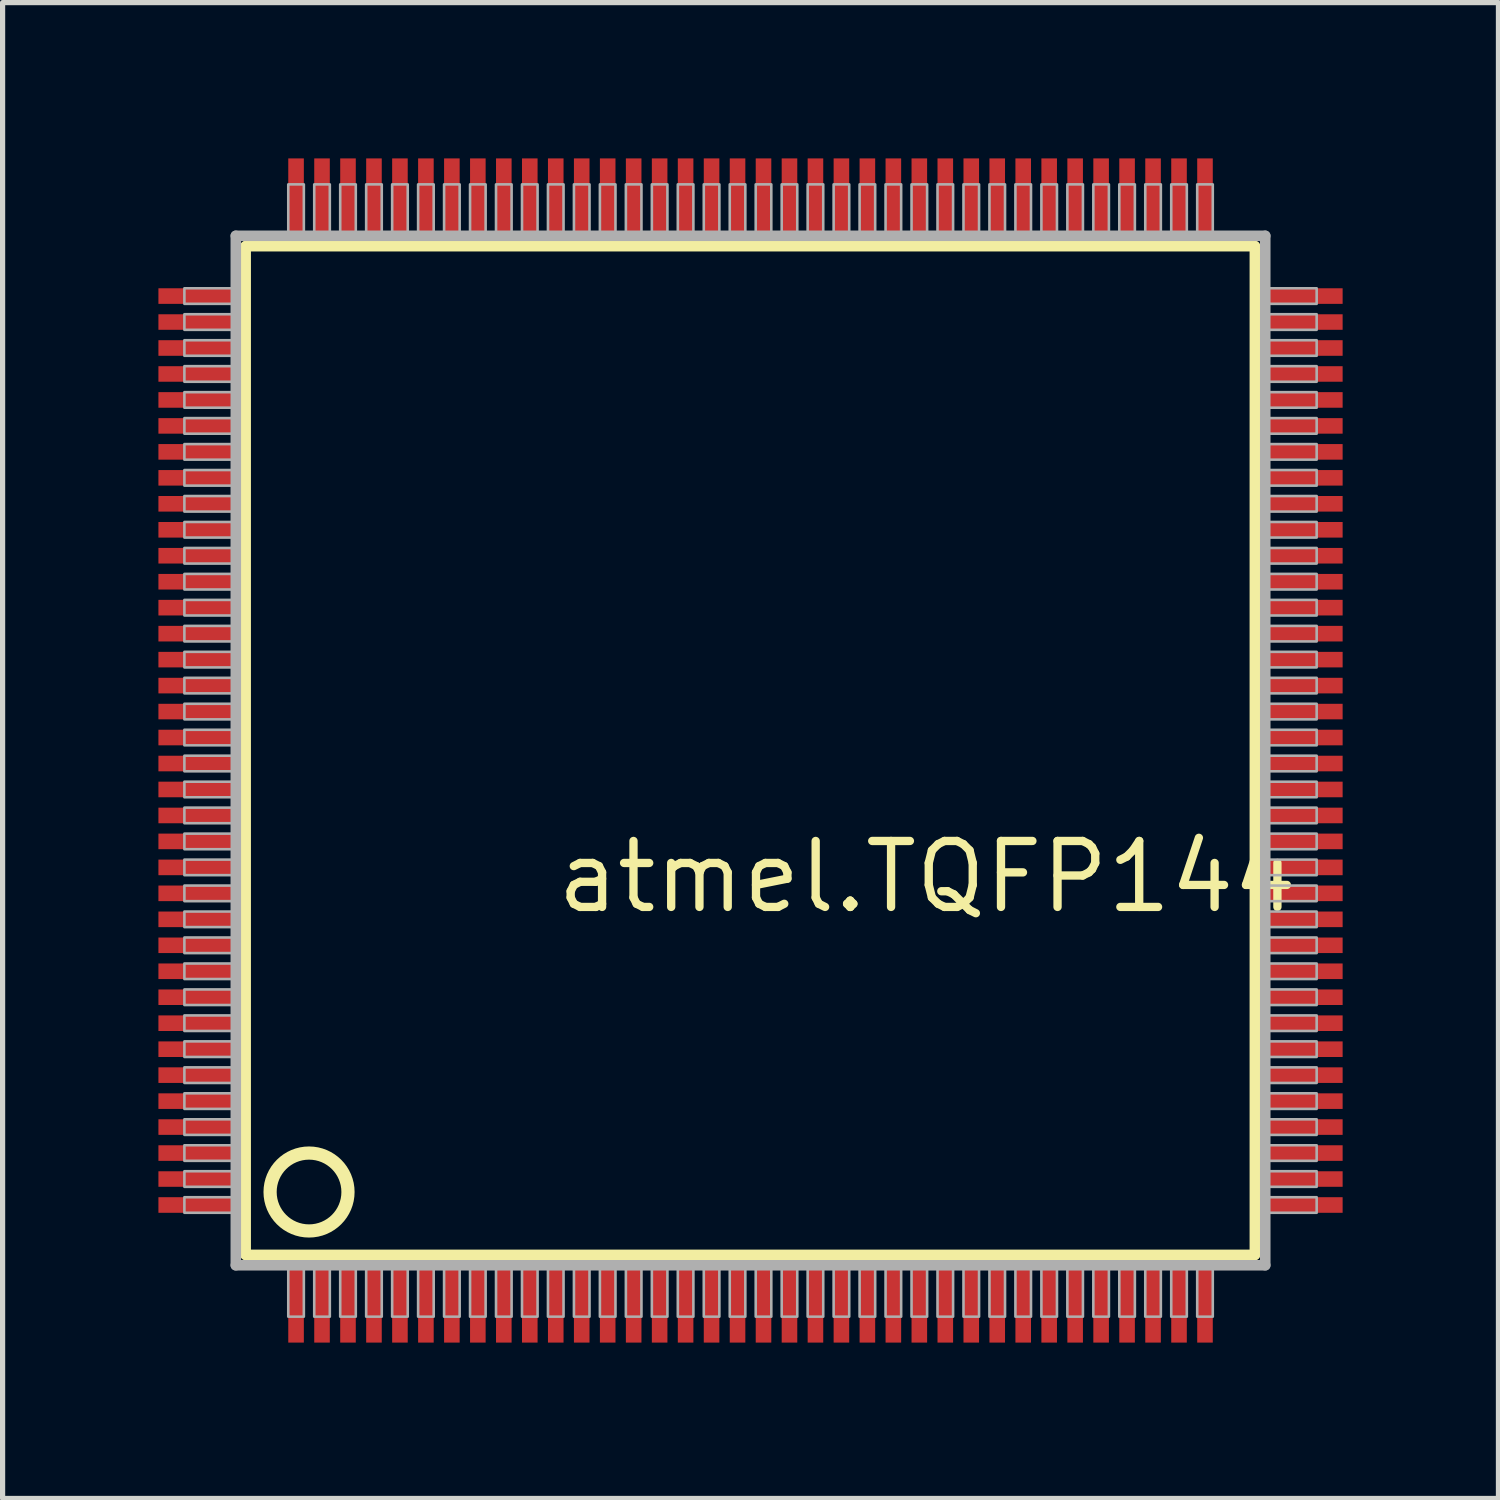
<source format=kicad_pcb>
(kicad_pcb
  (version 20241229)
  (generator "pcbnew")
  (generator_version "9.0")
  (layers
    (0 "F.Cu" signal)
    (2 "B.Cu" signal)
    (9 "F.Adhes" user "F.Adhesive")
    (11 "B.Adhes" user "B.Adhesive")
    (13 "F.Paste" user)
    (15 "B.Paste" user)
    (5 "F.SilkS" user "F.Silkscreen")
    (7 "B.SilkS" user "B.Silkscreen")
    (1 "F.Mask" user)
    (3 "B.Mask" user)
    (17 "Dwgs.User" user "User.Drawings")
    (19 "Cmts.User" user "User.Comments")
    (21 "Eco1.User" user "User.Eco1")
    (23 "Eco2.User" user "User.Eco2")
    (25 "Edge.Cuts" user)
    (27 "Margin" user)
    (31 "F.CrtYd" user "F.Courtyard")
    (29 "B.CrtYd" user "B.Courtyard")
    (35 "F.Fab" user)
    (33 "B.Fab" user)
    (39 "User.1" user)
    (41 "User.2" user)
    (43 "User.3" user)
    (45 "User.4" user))
  (footprint "atmel.TQFP144"
    (layer "F.Cu")
    (at 11.4 11.4)
    (property "Reference" "atmel.TQFP144" (at -3.81 3.175 0) (layer "F.SilkS") (effects (font (size 1.27 1.27) (thickness 0.16)) (justify left bottom)))
    (attr smd)
    (fp_line (start -9.72 -9.71) (end 9.71 -9.71) (stroke (width 0.203) (type default)) (layer "F.SilkS"))
    (fp_line (start -9.72 9.71) (end -9.72 -9.71) (stroke (width 0.203) (type default)) (layer "F.SilkS"))
    (fp_line (start 9.71 -9.71) (end 9.71 9.71) (stroke (width 0.203) (type default)) (layer "F.SilkS"))
    (fp_line (start 9.71 9.71) (end -9.72 9.71) (stroke (width 0.203) (type default)) (layer "F.SilkS"))
    (fp_circle (center -8.5 8.5) (end -7.75 8.5) (stroke (width 0.254) (type default)) (fill no) (layer "F.SilkS"))
    (fp_line (start -9.91 -9.91) (end -9.91 9.91) (stroke (width 0.203) (type default)) (layer "F.Fab"))
    (fp_line (start -9.91 9.91) (end 9.91 9.91) (stroke (width 0.203) (type default)) (layer "F.Fab"))
    (fp_line (start 9.91 -9.91) (end -9.91 -9.91) (stroke (width 0.203) (type default)) (layer "F.Fab"))
    (fp_line (start 9.91 9.91) (end 9.91 -9.91) (stroke (width 0.203) (type default)) (layer "F.Fab"))
    (fp_rect (start -10.9 -8.6) (end -9.95 -8.9) (stroke (width 0.05) (type default)) (fill no) (layer "F.Fab"))
    (fp_rect (start -10.9 -8.1) (end -9.95 -8.4) (stroke (width 0.05) (type default)) (fill no) (layer "F.Fab"))
    (fp_rect (start -10.9 -7.6) (end -9.95 -7.9) (stroke (width 0.05) (type default)) (fill no) (layer "F.Fab"))
    (fp_rect (start -10.9 -7.1) (end -9.95 -7.4) (stroke (width 0.05) (type default)) (fill no) (layer "F.Fab"))
    (fp_rect (start -10.9 -6.6) (end -9.95 -6.9) (stroke (width 0.05) (type default)) (fill no) (layer "F.Fab"))
    (fp_rect (start -10.9 -6.1) (end -9.95 -6.4) (stroke (width 0.05) (type default)) (fill no) (layer "F.Fab"))
    (fp_rect (start -10.9 -5.6) (end -9.95 -5.9) (stroke (width 0.05) (type default)) (fill no) (layer "F.Fab"))
    (fp_rect (start -10.9 -5.1) (end -9.95 -5.4) (stroke (width 0.05) (type default)) (fill no) (layer "F.Fab"))
    (fp_rect (start -10.9 -4.6) (end -9.95 -4.9) (stroke (width 0.05) (type default)) (fill no) (layer "F.Fab"))
    (fp_rect (start -10.9 -4.1) (end -9.95 -4.4) (stroke (width 0.05) (type default)) (fill no) (layer "F.Fab"))
    (fp_rect (start -10.9 -3.6) (end -9.95 -3.9) (stroke (width 0.05) (type default)) (fill no) (layer "F.Fab"))
    (fp_rect (start -10.9 -3.1) (end -9.95 -3.4) (stroke (width 0.05) (type default)) (fill no) (layer "F.Fab"))
    (fp_rect (start -10.9 -2.6) (end -9.95 -2.9) (stroke (width 0.05) (type default)) (fill no) (layer "F.Fab"))
    (fp_rect (start -10.9 -2.1) (end -9.95 -2.4) (stroke (width 0.05) (type default)) (fill no) (layer "F.Fab"))
    (fp_rect (start -10.9 -1.6) (end -9.95 -1.9) (stroke (width 0.05) (type default)) (fill no) (layer "F.Fab"))
    (fp_rect (start -10.9 -1.1) (end -9.95 -1.4) (stroke (width 0.05) (type default)) (fill no) (layer "F.Fab"))
    (fp_rect (start -10.9 -0.6) (end -9.95 -0.9) (stroke (width 0.05) (type default)) (fill no) (layer "F.Fab"))
    (fp_rect (start -10.9 -0.1) (end -9.95 -0.4) (stroke (width 0.05) (type default)) (fill no) (layer "F.Fab"))
    (fp_rect (start -10.9 0.4) (end -9.95 0.1) (stroke (width 0.05) (type default)) (fill no) (layer "F.Fab"))
    (fp_rect (start -10.9 0.9) (end -9.95 0.6) (stroke (width 0.05) (type default)) (fill no) (layer "F.Fab"))
    (fp_rect (start -10.9 1.4) (end -9.95 1.1) (stroke (width 0.05) (type default)) (fill no) (layer "F.Fab"))
    (fp_rect (start -10.9 1.9) (end -9.95 1.6) (stroke (width 0.05) (type default)) (fill no) (layer "F.Fab"))
    (fp_rect (start -10.9 2.4) (end -9.95 2.1) (stroke (width 0.05) (type default)) (fill no) (layer "F.Fab"))
    (fp_rect (start -10.9 2.9) (end -9.95 2.6) (stroke (width 0.05) (type default)) (fill no) (layer "F.Fab"))
    (fp_rect (start -10.9 3.4) (end -9.95 3.1) (stroke (width 0.05) (type default)) (fill no) (layer "F.Fab"))
    (fp_rect (start -10.9 3.9) (end -9.95 3.6) (stroke (width 0.05) (type default)) (fill no) (layer "F.Fab"))
    (fp_rect (start -10.9 4.4) (end -9.95 4.1) (stroke (width 0.05) (type default)) (fill no) (layer "F.Fab"))
    (fp_rect (start -10.9 4.9) (end -9.95 4.6) (stroke (width 0.05) (type default)) (fill no) (layer "F.Fab"))
    (fp_rect (start -10.9 5.4) (end -9.95 5.1) (stroke (width 0.05) (type default)) (fill no) (layer "F.Fab"))
    (fp_rect (start -10.9 5.9) (end -9.95 5.6) (stroke (width 0.05) (type default)) (fill no) (layer "F.Fab"))
    (fp_rect (start -10.9 6.4) (end -9.95 6.1) (stroke (width 0.05) (type default)) (fill no) (layer "F.Fab"))
    (fp_rect (start -10.9 6.9) (end -9.95 6.6) (stroke (width 0.05) (type default)) (fill no) (layer "F.Fab"))
    (fp_rect (start -10.9 7.4) (end -9.95 7.1) (stroke (width 0.05) (type default)) (fill no) (layer "F.Fab"))
    (fp_rect (start -10.9 7.9) (end -9.95 7.6) (stroke (width 0.05) (type default)) (fill no) (layer "F.Fab"))
    (fp_rect (start -10.9 8.4) (end -9.95 8.1) (stroke (width 0.05) (type default)) (fill no) (layer "F.Fab"))
    (fp_rect (start -10.9 8.9) (end -9.95 8.6) (stroke (width 0.05) (type default)) (fill no) (layer "F.Fab"))
    (fp_rect (start -8.9 -9.95) (end -8.6 -10.9) (stroke (width 0.05) (type default)) (fill no) (layer "F.Fab"))
    (fp_rect (start -8.9 10.9) (end -8.6 9.95) (stroke (width 0.05) (type default)) (fill no) (layer "F.Fab"))
    (fp_rect (start -8.4 -9.95) (end -8.1 -10.9) (stroke (width 0.05) (type default)) (fill no) (layer "F.Fab"))
    (fp_rect (start -8.4 10.9) (end -8.1 9.95) (stroke (width 0.05) (type default)) (fill no) (layer "F.Fab"))
    (fp_rect (start -7.9 -9.95) (end -7.6 -10.9) (stroke (width 0.05) (type default)) (fill no) (layer "F.Fab"))
    (fp_rect (start -7.9 10.9) (end -7.6 9.95) (stroke (width 0.05) (type default)) (fill no) (layer "F.Fab"))
    (fp_rect (start -7.4 -9.95) (end -7.1 -10.9) (stroke (width 0.05) (type default)) (fill no) (layer "F.Fab"))
    (fp_rect (start -7.4 10.9) (end -7.1 9.95) (stroke (width 0.05) (type default)) (fill no) (layer "F.Fab"))
    (fp_rect (start -6.9 -9.95) (end -6.6 -10.9) (stroke (width 0.05) (type default)) (fill no) (layer "F.Fab"))
    (fp_rect (start -6.9 10.9) (end -6.6 9.95) (stroke (width 0.05) (type default)) (fill no) (layer "F.Fab"))
    (fp_rect (start -6.4 -9.95) (end -6.1 -10.9) (stroke (width 0.05) (type default)) (fill no) (layer "F.Fab"))
    (fp_rect (start -6.4 10.9) (end -6.1 9.95) (stroke (width 0.05) (type default)) (fill no) (layer "F.Fab"))
    (fp_rect (start -5.9 -9.95) (end -5.6 -10.9) (stroke (width 0.05) (type default)) (fill no) (layer "F.Fab"))
    (fp_rect (start -5.9 10.9) (end -5.6 9.95) (stroke (width 0.05) (type default)) (fill no) (layer "F.Fab"))
    (fp_rect (start -5.4 -9.95) (end -5.1 -10.9) (stroke (width 0.05) (type default)) (fill no) (layer "F.Fab"))
    (fp_rect (start -5.4 10.9) (end -5.1 9.95) (stroke (width 0.05) (type default)) (fill no) (layer "F.Fab"))
    (fp_rect (start -4.9 -9.95) (end -4.6 -10.9) (stroke (width 0.05) (type default)) (fill no) (layer "F.Fab"))
    (fp_rect (start -4.9 10.9) (end -4.6 9.95) (stroke (width 0.05) (type default)) (fill no) (layer "F.Fab"))
    (fp_rect (start -4.4 -9.95) (end -4.1 -10.9) (stroke (width 0.05) (type default)) (fill no) (layer "F.Fab"))
    (fp_rect (start -4.4 10.9) (end -4.1 9.95) (stroke (width 0.05) (type default)) (fill no) (layer "F.Fab"))
    (fp_rect (start -3.9 -9.95) (end -3.6 -10.9) (stroke (width 0.05) (type default)) (fill no) (layer "F.Fab"))
    (fp_rect (start -3.9 10.9) (end -3.6 9.95) (stroke (width 0.05) (type default)) (fill no) (layer "F.Fab"))
    (fp_rect (start -3.4 -9.95) (end -3.1 -10.9) (stroke (width 0.05) (type default)) (fill no) (layer "F.Fab"))
    (fp_rect (start -3.4 10.9) (end -3.1 9.95) (stroke (width 0.05) (type default)) (fill no) (layer "F.Fab"))
    (fp_rect (start -2.9 -9.95) (end -2.6 -10.9) (stroke (width 0.05) (type default)) (fill no) (layer "F.Fab"))
    (fp_rect (start -2.9 10.9) (end -2.6 9.95) (stroke (width 0.05) (type default)) (fill no) (layer "F.Fab"))
    (fp_rect (start -2.4 -9.95) (end -2.1 -10.9) (stroke (width 0.05) (type default)) (fill no) (layer "F.Fab"))
    (fp_rect (start -2.4 10.9) (end -2.1 9.95) (stroke (width 0.05) (type default)) (fill no) (layer "F.Fab"))
    (fp_rect (start -1.9 -9.95) (end -1.6 -10.9) (stroke (width 0.05) (type default)) (fill no) (layer "F.Fab"))
    (fp_rect (start -1.9 10.9) (end -1.6 9.95) (stroke (width 0.05) (type default)) (fill no) (layer "F.Fab"))
    (fp_rect (start -1.4 -9.95) (end -1.1 -10.9) (stroke (width 0.05) (type default)) (fill no) (layer "F.Fab"))
    (fp_rect (start -1.4 10.9) (end -1.1 9.95) (stroke (width 0.05) (type default)) (fill no) (layer "F.Fab"))
    (fp_rect (start -0.9 -9.95) (end -0.6 -10.9) (stroke (width 0.05) (type default)) (fill no) (layer "F.Fab"))
    (fp_rect (start -0.9 10.9) (end -0.6 9.95) (stroke (width 0.05) (type default)) (fill no) (layer "F.Fab"))
    (fp_rect (start -0.4 -9.95) (end -0.1 -10.9) (stroke (width 0.05) (type default)) (fill no) (layer "F.Fab"))
    (fp_rect (start -0.4 10.9) (end -0.1 9.95) (stroke (width 0.05) (type default)) (fill no) (layer "F.Fab"))
    (fp_rect (start 0.1 -9.95) (end 0.4 -10.9) (stroke (width 0.05) (type default)) (fill no) (layer "F.Fab"))
    (fp_rect (start 0.1 10.9) (end 0.4 9.95) (stroke (width 0.05) (type default)) (fill no) (layer "F.Fab"))
    (fp_rect (start 0.6 -9.95) (end 0.9 -10.9) (stroke (width 0.05) (type default)) (fill no) (layer "F.Fab"))
    (fp_rect (start 0.6 10.9) (end 0.9 9.95) (stroke (width 0.05) (type default)) (fill no) (layer "F.Fab"))
    (fp_rect (start 1.1 -9.95) (end 1.4 -10.9) (stroke (width 0.05) (type default)) (fill no) (layer "F.Fab"))
    (fp_rect (start 1.1 10.9) (end 1.4 9.95) (stroke (width 0.05) (type default)) (fill no) (layer "F.Fab"))
    (fp_rect (start 1.6 -9.95) (end 1.9 -10.9) (stroke (width 0.05) (type default)) (fill no) (layer "F.Fab"))
    (fp_rect (start 1.6 10.9) (end 1.9 9.95) (stroke (width 0.05) (type default)) (fill no) (layer "F.Fab"))
    (fp_rect (start 2.1 -9.95) (end 2.4 -10.9) (stroke (width 0.05) (type default)) (fill no) (layer "F.Fab"))
    (fp_rect (start 2.1 10.9) (end 2.4 9.95) (stroke (width 0.05) (type default)) (fill no) (layer "F.Fab"))
    (fp_rect (start 2.6 -9.95) (end 2.9 -10.9) (stroke (width 0.05) (type default)) (fill no) (layer "F.Fab"))
    (fp_rect (start 2.6 10.9) (end 2.9 9.95) (stroke (width 0.05) (type default)) (fill no) (layer "F.Fab"))
    (fp_rect (start 3.1 -9.95) (end 3.4 -10.9) (stroke (width 0.05) (type default)) (fill no) (layer "F.Fab"))
    (fp_rect (start 3.1 10.9) (end 3.4 9.95) (stroke (width 0.05) (type default)) (fill no) (layer "F.Fab"))
    (fp_rect (start 3.6 -9.95) (end 3.9 -10.9) (stroke (width 0.05) (type default)) (fill no) (layer "F.Fab"))
    (fp_rect (start 3.6 10.9) (end 3.9 9.95) (stroke (width 0.05) (type default)) (fill no) (layer "F.Fab"))
    (fp_rect (start 4.1 -9.95) (end 4.4 -10.9) (stroke (width 0.05) (type default)) (fill no) (layer "F.Fab"))
    (fp_rect (start 4.1 10.9) (end 4.4 9.95) (stroke (width 0.05) (type default)) (fill no) (layer "F.Fab"))
    (fp_rect (start 4.6 -9.95) (end 4.9 -10.9) (stroke (width 0.05) (type default)) (fill no) (layer "F.Fab"))
    (fp_rect (start 4.6 10.9) (end 4.9 9.95) (stroke (width 0.05) (type default)) (fill no) (layer "F.Fab"))
    (fp_rect (start 5.1 -9.95) (end 5.4 -10.9) (stroke (width 0.05) (type default)) (fill no) (layer "F.Fab"))
    (fp_rect (start 5.1 10.9) (end 5.4 9.95) (stroke (width 0.05) (type default)) (fill no) (layer "F.Fab"))
    (fp_rect (start 5.6 -9.95) (end 5.9 -10.9) (stroke (width 0.05) (type default)) (fill no) (layer "F.Fab"))
    (fp_rect (start 5.6 10.9) (end 5.9 9.95) (stroke (width 0.05) (type default)) (fill no) (layer "F.Fab"))
    (fp_rect (start 6.1 -9.95) (end 6.4 -10.9) (stroke (width 0.05) (type default)) (fill no) (layer "F.Fab"))
    (fp_rect (start 6.1 10.9) (end 6.4 9.95) (stroke (width 0.05) (type default)) (fill no) (layer "F.Fab"))
    (fp_rect (start 6.6 -9.95) (end 6.9 -10.9) (stroke (width 0.05) (type default)) (fill no) (layer "F.Fab"))
    (fp_rect (start 6.6 10.9) (end 6.9 9.95) (stroke (width 0.05) (type default)) (fill no) (layer "F.Fab"))
    (fp_rect (start 7.1 -9.95) (end 7.4 -10.9) (stroke (width 0.05) (type default)) (fill no) (layer "F.Fab"))
    (fp_rect (start 7.1 10.9) (end 7.4 9.95) (stroke (width 0.05) (type default)) (fill no) (layer "F.Fab"))
    (fp_rect (start 7.6 -9.95) (end 7.9 -10.9) (stroke (width 0.05) (type default)) (fill no) (layer "F.Fab"))
    (fp_rect (start 7.6 10.9) (end 7.9 9.95) (stroke (width 0.05) (type default)) (fill no) (layer "F.Fab"))
    (fp_rect (start 8.1 -9.95) (end 8.4 -10.9) (stroke (width 0.05) (type default)) (fill no) (layer "F.Fab"))
    (fp_rect (start 8.1 10.9) (end 8.4 9.95) (stroke (width 0.05) (type default)) (fill no) (layer "F.Fab"))
    (fp_rect (start 8.6 -9.95) (end 8.9 -10.9) (stroke (width 0.05) (type default)) (fill no) (layer "F.Fab"))
    (fp_rect (start 8.6 10.9) (end 8.9 9.95) (stroke (width 0.05) (type default)) (fill no) (layer "F.Fab"))
    (fp_rect (start 9.95 -8.6) (end 10.9 -8.9) (stroke (width 0.05) (type default)) (fill no) (layer "F.Fab"))
    (fp_rect (start 9.95 -8.1) (end 10.9 -8.4) (stroke (width 0.05) (type default)) (fill no) (layer "F.Fab"))
    (fp_rect (start 9.95 -7.6) (end 10.9 -7.9) (stroke (width 0.05) (type default)) (fill no) (layer "F.Fab"))
    (fp_rect (start 9.95 -7.1) (end 10.9 -7.4) (stroke (width 0.05) (type default)) (fill no) (layer "F.Fab"))
    (fp_rect (start 9.95 -6.6) (end 10.9 -6.9) (stroke (width 0.05) (type default)) (fill no) (layer "F.Fab"))
    (fp_rect (start 9.95 -6.1) (end 10.9 -6.4) (stroke (width 0.05) (type default)) (fill no) (layer "F.Fab"))
    (fp_rect (start 9.95 -5.6) (end 10.9 -5.9) (stroke (width 0.05) (type default)) (fill no) (layer "F.Fab"))
    (fp_rect (start 9.95 -5.1) (end 10.9 -5.4) (stroke (width 0.05) (type default)) (fill no) (layer "F.Fab"))
    (fp_rect (start 9.95 -4.6) (end 10.9 -4.9) (stroke (width 0.05) (type default)) (fill no) (layer "F.Fab"))
    (fp_rect (start 9.95 -4.1) (end 10.9 -4.4) (stroke (width 0.05) (type default)) (fill no) (layer "F.Fab"))
    (fp_rect (start 9.95 -3.6) (end 10.9 -3.9) (stroke (width 0.05) (type default)) (fill no) (layer "F.Fab"))
    (fp_rect (start 9.95 -3.1) (end 10.9 -3.4) (stroke (width 0.05) (type default)) (fill no) (layer "F.Fab"))
    (fp_rect (start 9.95 -2.6) (end 10.9 -2.9) (stroke (width 0.05) (type default)) (fill no) (layer "F.Fab"))
    (fp_rect (start 9.95 -2.1) (end 10.9 -2.4) (stroke (width 0.05) (type default)) (fill no) (layer "F.Fab"))
    (fp_rect (start 9.95 -1.6) (end 10.9 -1.9) (stroke (width 0.05) (type default)) (fill no) (layer "F.Fab"))
    (fp_rect (start 9.95 -1.1) (end 10.9 -1.4) (stroke (width 0.05) (type default)) (fill no) (layer "F.Fab"))
    (fp_rect (start 9.95 -0.6) (end 10.9 -0.9) (stroke (width 0.05) (type default)) (fill no) (layer "F.Fab"))
    (fp_rect (start 9.95 -0.1) (end 10.9 -0.4) (stroke (width 0.05) (type default)) (fill no) (layer "F.Fab"))
    (fp_rect (start 9.95 0.4) (end 10.9 0.1) (stroke (width 0.05) (type default)) (fill no) (layer "F.Fab"))
    (fp_rect (start 9.95 0.9) (end 10.9 0.6) (stroke (width 0.05) (type default)) (fill no) (layer "F.Fab"))
    (fp_rect (start 9.95 1.4) (end 10.9 1.1) (stroke (width 0.05) (type default)) (fill no) (layer "F.Fab"))
    (fp_rect (start 9.95 1.9) (end 10.9 1.6) (stroke (width 0.05) (type default)) (fill no) (layer "F.Fab"))
    (fp_rect (start 9.95 2.4) (end 10.9 2.1) (stroke (width 0.05) (type default)) (fill no) (layer "F.Fab"))
    (fp_rect (start 9.95 2.9) (end 10.9 2.6) (stroke (width 0.05) (type default)) (fill no) (layer "F.Fab"))
    (fp_rect (start 9.95 3.4) (end 10.9 3.1) (stroke (width 0.05) (type default)) (fill no) (layer "F.Fab"))
    (fp_rect (start 9.95 3.9) (end 10.9 3.6) (stroke (width 0.05) (type default)) (fill no) (layer "F.Fab"))
    (fp_rect (start 9.95 4.4) (end 10.9 4.1) (stroke (width 0.05) (type default)) (fill no) (layer "F.Fab"))
    (fp_rect (start 9.95 4.9) (end 10.9 4.6) (stroke (width 0.05) (type default)) (fill no) (layer "F.Fab"))
    (fp_rect (start 9.95 5.4) (end 10.9 5.1) (stroke (width 0.05) (type default)) (fill no) (layer "F.Fab"))
    (fp_rect (start 9.95 5.9) (end 10.9 5.6) (stroke (width 0.05) (type default)) (fill no) (layer "F.Fab"))
    (fp_rect (start 9.95 6.4) (end 10.9 6.1) (stroke (width 0.05) (type default)) (fill no) (layer "F.Fab"))
    (fp_rect (start 9.95 6.9) (end 10.9 6.6) (stroke (width 0.05) (type default)) (fill no) (layer "F.Fab"))
    (fp_rect (start 9.95 7.4) (end 10.9 7.1) (stroke (width 0.05) (type default)) (fill no) (layer "F.Fab"))
    (fp_rect (start 9.95 7.9) (end 10.9 7.6) (stroke (width 0.05) (type default)) (fill no) (layer "F.Fab"))
    (fp_rect (start 9.95 8.4) (end 10.9 8.1) (stroke (width 0.05) (type default)) (fill no) (layer "F.Fab"))
    (fp_rect (start 9.95 8.9) (end 10.9 8.6) (stroke (width 0.05) (type default)) (fill no) (layer "F.Fab"))
    (pad "1" smd roundrect (at -8.75 10.6) (size 0.3 1.6) (layers "F.Cu" "F.Mask" "F.Paste") (roundrect_rratio 0.01))
    (pad "2" smd roundrect (at -8.25 10.6) (size 0.3 1.6) (layers "F.Cu" "F.Mask" "F.Paste") (roundrect_rratio 0.01))
    (pad "3" smd roundrect (at -7.75 10.6) (size 0.3 1.6) (layers "F.Cu" "F.Mask" "F.Paste") (roundrect_rratio 0.01))
    (pad "4" smd roundrect (at -7.25 10.6) (size 0.3 1.6) (layers "F.Cu" "F.Mask" "F.Paste") (roundrect_rratio 0.01))
    (pad "5" smd roundrect (at -6.75 10.6) (size 0.3 1.6) (layers "F.Cu" "F.Mask" "F.Paste") (roundrect_rratio 0.01))
    (pad "6" smd roundrect (at -6.25 10.6) (size 0.3 1.6) (layers "F.Cu" "F.Mask" "F.Paste") (roundrect_rratio 0.01))
    (pad "7" smd roundrect (at -5.75 10.6) (size 0.3 1.6) (layers "F.Cu" "F.Mask" "F.Paste") (roundrect_rratio 0.01))
    (pad "8" smd roundrect (at -5.25 10.6) (size 0.3 1.6) (layers "F.Cu" "F.Mask" "F.Paste") (roundrect_rratio 0.01))
    (pad "9" smd roundrect (at -4.75 10.6) (size 0.3 1.6) (layers "F.Cu" "F.Mask" "F.Paste") (roundrect_rratio 0.01))
    (pad "10" smd roundrect (at -4.25 10.6) (size 0.3 1.6) (layers "F.Cu" "F.Mask" "F.Paste") (roundrect_rratio 0.01))
    (pad "11" smd roundrect (at -3.75 10.6) (size 0.3 1.6) (layers "F.Cu" "F.Mask" "F.Paste") (roundrect_rratio 0.01))
    (pad "12" smd roundrect (at -3.25 10.6) (size 0.3 1.6) (layers "F.Cu" "F.Mask" "F.Paste") (roundrect_rratio 0.01))
    (pad "13" smd roundrect (at -2.75 10.6) (size 0.3 1.6) (layers "F.Cu" "F.Mask" "F.Paste") (roundrect_rratio 0.01))
    (pad "14" smd roundrect (at -2.25 10.6) (size 0.3 1.6) (layers "F.Cu" "F.Mask" "F.Paste") (roundrect_rratio 0.01))
    (pad "15" smd roundrect (at -1.75 10.6) (size 0.3 1.6) (layers "F.Cu" "F.Mask" "F.Paste") (roundrect_rratio 0.01))
    (pad "16" smd roundrect (at -1.25 10.6) (size 0.3 1.6) (layers "F.Cu" "F.Mask" "F.Paste") (roundrect_rratio 0.01))
    (pad "17" smd roundrect (at -0.75 10.6) (size 0.3 1.6) (layers "F.Cu" "F.Mask" "F.Paste") (roundrect_rratio 0.01))
    (pad "18" smd roundrect (at -0.25 10.6) (size 0.3 1.6) (layers "F.Cu" "F.Mask" "F.Paste") (roundrect_rratio 0.01))
    (pad "19" smd roundrect (at 0.25 10.6) (size 0.3 1.6) (layers "F.Cu" "F.Mask" "F.Paste") (roundrect_rratio 0.01))
    (pad "20" smd roundrect (at 0.75 10.6) (size 0.3 1.6) (layers "F.Cu" "F.Mask" "F.Paste") (roundrect_rratio 0.01))
    (pad "21" smd roundrect (at 1.25 10.6) (size 0.3 1.6) (layers "F.Cu" "F.Mask" "F.Paste") (roundrect_rratio 0.01))
    (pad "22" smd roundrect (at 1.75 10.6) (size 0.3 1.6) (layers "F.Cu" "F.Mask" "F.Paste") (roundrect_rratio 0.01))
    (pad "23" smd roundrect (at 2.25 10.6) (size 0.3 1.6) (layers "F.Cu" "F.Mask" "F.Paste") (roundrect_rratio 0.01))
    (pad "24" smd roundrect (at 2.75 10.6) (size 0.3 1.6) (layers "F.Cu" "F.Mask" "F.Paste") (roundrect_rratio 0.01))
    (pad "25" smd roundrect (at 3.25 10.6) (size 0.3 1.6) (layers "F.Cu" "F.Mask" "F.Paste") (roundrect_rratio 0.01))
    (pad "26" smd roundrect (at 3.75 10.6) (size 0.3 1.6) (layers "F.Cu" "F.Mask" "F.Paste") (roundrect_rratio 0.01))
    (pad "27" smd roundrect (at 4.25 10.6) (size 0.3 1.6) (layers "F.Cu" "F.Mask" "F.Paste") (roundrect_rratio 0.01))
    (pad "28" smd roundrect (at 4.75 10.6) (size 0.3 1.6) (layers "F.Cu" "F.Mask" "F.Paste") (roundrect_rratio 0.01))
    (pad "29" smd roundrect (at 5.25 10.6) (size 0.3 1.6) (layers "F.Cu" "F.Mask" "F.Paste") (roundrect_rratio 0.01))
    (pad "30" smd roundrect (at 5.75 10.6) (size 0.3 1.6) (layers "F.Cu" "F.Mask" "F.Paste") (roundrect_rratio 0.01))
    (pad "31" smd roundrect (at 6.25 10.6) (size 0.3 1.6) (layers "F.Cu" "F.Mask" "F.Paste") (roundrect_rratio 0.01))
    (pad "32" smd roundrect (at 6.75 10.6) (size 0.3 1.6) (layers "F.Cu" "F.Mask" "F.Paste") (roundrect_rratio 0.01))
    (pad "33" smd roundrect (at 7.25 10.6) (size 0.3 1.6) (layers "F.Cu" "F.Mask" "F.Paste") (roundrect_rratio 0.01))
    (pad "34" smd roundrect (at 7.75 10.6) (size 0.3 1.6) (layers "F.Cu" "F.Mask" "F.Paste") (roundrect_rratio 0.01))
    (pad "35" smd roundrect (at 8.25 10.6) (size 0.3 1.6) (layers "F.Cu" "F.Mask" "F.Paste") (roundrect_rratio 0.01))
    (pad "36" smd roundrect (at 8.75 10.6) (size 0.3 1.6) (layers "F.Cu" "F.Mask" "F.Paste") (roundrect_rratio 0.01))
    (pad "37" smd roundrect (at 10.6 8.75) (size 1.6 0.3) (layers "F.Cu" "F.Mask" "F.Paste") (roundrect_rratio 0.01))
    (pad "38" smd roundrect (at 10.6 8.25) (size 1.6 0.3) (layers "F.Cu" "F.Mask" "F.Paste") (roundrect_rratio 0.01))
    (pad "39" smd roundrect (at 10.6 7.75) (size 1.6 0.3) (layers "F.Cu" "F.Mask" "F.Paste") (roundrect_rratio 0.01))
    (pad "40" smd roundrect (at 10.6 7.25) (size 1.6 0.3) (layers "F.Cu" "F.Mask" "F.Paste") (roundrect_rratio 0.01))
    (pad "41" smd roundrect (at 10.6 6.75) (size 1.6 0.3) (layers "F.Cu" "F.Mask" "F.Paste") (roundrect_rratio 0.01))
    (pad "42" smd roundrect (at 10.6 6.25) (size 1.6 0.3) (layers "F.Cu" "F.Mask" "F.Paste") (roundrect_rratio 0.01))
    (pad "43" smd roundrect (at 10.6 5.75) (size 1.6 0.3) (layers "F.Cu" "F.Mask" "F.Paste") (roundrect_rratio 0.01))
    (pad "44" smd roundrect (at 10.6 5.25) (size 1.6 0.3) (layers "F.Cu" "F.Mask" "F.Paste") (roundrect_rratio 0.01))
    (pad "45" smd roundrect (at 10.6 4.75) (size 1.6 0.3) (layers "F.Cu" "F.Mask" "F.Paste") (roundrect_rratio 0.01))
    (pad "46" smd roundrect (at 10.6 4.25) (size 1.6 0.3) (layers "F.Cu" "F.Mask" "F.Paste") (roundrect_rratio 0.01))
    (pad "47" smd roundrect (at 10.6 3.75) (size 1.6 0.3) (layers "F.Cu" "F.Mask" "F.Paste") (roundrect_rratio 0.01))
    (pad "48" smd roundrect (at 10.6 3.25) (size 1.6 0.3) (layers "F.Cu" "F.Mask" "F.Paste") (roundrect_rratio 0.01))
    (pad "49" smd roundrect (at 10.6 2.75) (size 1.6 0.3) (layers "F.Cu" "F.Mask" "F.Paste") (roundrect_rratio 0.01))
    (pad "50" smd roundrect (at 10.6 2.25) (size 1.6 0.3) (layers "F.Cu" "F.Mask" "F.Paste") (roundrect_rratio 0.01))
    (pad "51" smd roundrect (at 10.6 1.75) (size 1.6 0.3) (layers "F.Cu" "F.Mask" "F.Paste") (roundrect_rratio 0.01))
    (pad "52" smd roundrect (at 10.6 1.25) (size 1.6 0.3) (layers "F.Cu" "F.Mask" "F.Paste") (roundrect_rratio 0.01))
    (pad "53" smd roundrect (at 10.6 0.75) (size 1.6 0.3) (layers "F.Cu" "F.Mask" "F.Paste") (roundrect_rratio 0.01))
    (pad "54" smd roundrect (at 10.6 0.25) (size 1.6 0.3) (layers "F.Cu" "F.Mask" "F.Paste") (roundrect_rratio 0.01))
    (pad "55" smd roundrect (at 10.6 -0.25) (size 1.6 0.3) (layers "F.Cu" "F.Mask" "F.Paste") (roundrect_rratio 0.01))
    (pad "56" smd roundrect (at 10.6 -0.75) (size 1.6 0.3) (layers "F.Cu" "F.Mask" "F.Paste") (roundrect_rratio 0.01))
    (pad "57" smd roundrect (at 10.6 -1.25) (size 1.6 0.3) (layers "F.Cu" "F.Mask" "F.Paste") (roundrect_rratio 0.01))
    (pad "58" smd roundrect (at 10.6 -1.75) (size 1.6 0.3) (layers "F.Cu" "F.Mask" "F.Paste") (roundrect_rratio 0.01))
    (pad "59" smd roundrect (at 10.6 -2.25) (size 1.6 0.3) (layers "F.Cu" "F.Mask" "F.Paste") (roundrect_rratio 0.01))
    (pad "60" smd roundrect (at 10.6 -2.75) (size 1.6 0.3) (layers "F.Cu" "F.Mask" "F.Paste") (roundrect_rratio 0.01))
    (pad "61" smd roundrect (at 10.6 -3.25) (size 1.6 0.3) (layers "F.Cu" "F.Mask" "F.Paste") (roundrect_rratio 0.01))
    (pad "62" smd roundrect (at 10.6 -3.75) (size 1.6 0.3) (layers "F.Cu" "F.Mask" "F.Paste") (roundrect_rratio 0.01))
    (pad "63" smd roundrect (at 10.6 -4.25) (size 1.6 0.3) (layers "F.Cu" "F.Mask" "F.Paste") (roundrect_rratio 0.01))
    (pad "64" smd roundrect (at 10.6 -4.75) (size 1.6 0.3) (layers "F.Cu" "F.Mask" "F.Paste") (roundrect_rratio 0.01))
    (pad "65" smd roundrect (at 10.6 -5.25) (size 1.6 0.3) (layers "F.Cu" "F.Mask" "F.Paste") (roundrect_rratio 0.01))
    (pad "66" smd roundrect (at 10.6 -5.75) (size 1.6 0.3) (layers "F.Cu" "F.Mask" "F.Paste") (roundrect_rratio 0.01))
    (pad "67" smd roundrect (at 10.6 -6.25) (size 1.6 0.3) (layers "F.Cu" "F.Mask" "F.Paste") (roundrect_rratio 0.01))
    (pad "68" smd roundrect (at 10.6 -6.75) (size 1.6 0.3) (layers "F.Cu" "F.Mask" "F.Paste") (roundrect_rratio 0.01))
    (pad "69" smd roundrect (at 10.6 -7.25) (size 1.6 0.3) (layers "F.Cu" "F.Mask" "F.Paste") (roundrect_rratio 0.01))
    (pad "70" smd roundrect (at 10.6 -7.75) (size 1.6 0.3) (layers "F.Cu" "F.Mask" "F.Paste") (roundrect_rratio 0.01))
    (pad "71" smd roundrect (at 10.6 -8.25) (size 1.6 0.3) (layers "F.Cu" "F.Mask" "F.Paste") (roundrect_rratio 0.01))
    (pad "72" smd roundrect (at 10.6 -8.75) (size 1.6 0.3) (layers "F.Cu" "F.Mask" "F.Paste") (roundrect_rratio 0.01))
    (pad "73" smd roundrect (at 8.75 -10.6) (size 0.3 1.6) (layers "F.Cu" "F.Mask" "F.Paste") (roundrect_rratio 0.01))
    (pad "74" smd roundrect (at 8.25 -10.6) (size 0.3 1.6) (layers "F.Cu" "F.Mask" "F.Paste") (roundrect_rratio 0.01))
    (pad "75" smd roundrect (at 7.75 -10.6) (size 0.3 1.6) (layers "F.Cu" "F.Mask" "F.Paste") (roundrect_rratio 0.01))
    (pad "76" smd roundrect (at 7.25 -10.6) (size 0.3 1.6) (layers "F.Cu" "F.Mask" "F.Paste") (roundrect_rratio 0.01))
    (pad "77" smd roundrect (at 6.75 -10.6) (size 0.3 1.6) (layers "F.Cu" "F.Mask" "F.Paste") (roundrect_rratio 0.01))
    (pad "78" smd roundrect (at 6.25 -10.6) (size 0.3 1.6) (layers "F.Cu" "F.Mask" "F.Paste") (roundrect_rratio 0.01))
    (pad "79" smd roundrect (at 5.75 -10.6) (size 0.3 1.6) (layers "F.Cu" "F.Mask" "F.Paste") (roundrect_rratio 0.01))
    (pad "80" smd roundrect (at 5.25 -10.6) (size 0.3 1.6) (layers "F.Cu" "F.Mask" "F.Paste") (roundrect_rratio 0.01))
    (pad "81" smd roundrect (at 4.75 -10.6) (size 0.3 1.6) (layers "F.Cu" "F.Mask" "F.Paste") (roundrect_rratio 0.01))
    (pad "82" smd roundrect (at 4.25 -10.6) (size 0.3 1.6) (layers "F.Cu" "F.Mask" "F.Paste") (roundrect_rratio 0.01))
    (pad "83" smd roundrect (at 3.75 -10.6) (size 0.3 1.6) (layers "F.Cu" "F.Mask" "F.Paste") (roundrect_rratio 0.01))
    (pad "84" smd roundrect (at 3.25 -10.6) (size 0.3 1.6) (layers "F.Cu" "F.Mask" "F.Paste") (roundrect_rratio 0.01))
    (pad "85" smd roundrect (at 2.75 -10.6) (size 0.3 1.6) (layers "F.Cu" "F.Mask" "F.Paste") (roundrect_rratio 0.01))
    (pad "86" smd roundrect (at 2.25 -10.6) (size 0.3 1.6) (layers "F.Cu" "F.Mask" "F.Paste") (roundrect_rratio 0.01))
    (pad "87" smd roundrect (at 1.75 -10.6) (size 0.3 1.6) (layers "F.Cu" "F.Mask" "F.Paste") (roundrect_rratio 0.01))
    (pad "88" smd roundrect (at 1.25 -10.6) (size 0.3 1.6) (layers "F.Cu" "F.Mask" "F.Paste") (roundrect_rratio 0.01))
    (pad "89" smd roundrect (at 0.75 -10.6) (size 0.3 1.6) (layers "F.Cu" "F.Mask" "F.Paste") (roundrect_rratio 0.01))
    (pad "90" smd roundrect (at 0.25 -10.6) (size 0.3 1.6) (layers "F.Cu" "F.Mask" "F.Paste") (roundrect_rratio 0.01))
    (pad "91" smd roundrect (at -0.25 -10.6) (size 0.3 1.6) (layers "F.Cu" "F.Mask" "F.Paste") (roundrect_rratio 0.01))
    (pad "92" smd roundrect (at -0.75 -10.6) (size 0.3 1.6) (layers "F.Cu" "F.Mask" "F.Paste") (roundrect_rratio 0.01))
    (pad "93" smd roundrect (at -1.25 -10.6) (size 0.3 1.6) (layers "F.Cu" "F.Mask" "F.Paste") (roundrect_rratio 0.01))
    (pad "94" smd roundrect (at -1.75 -10.6) (size 0.3 1.6) (layers "F.Cu" "F.Mask" "F.Paste") (roundrect_rratio 0.01))
    (pad "95" smd roundrect (at -2.25 -10.6) (size 0.3 1.6) (layers "F.Cu" "F.Mask" "F.Paste") (roundrect_rratio 0.01))
    (pad "96" smd roundrect (at -2.75 -10.6) (size 0.3 1.6) (layers "F.Cu" "F.Mask" "F.Paste") (roundrect_rratio 0.01))
    (pad "97" smd roundrect (at -3.25 -10.6) (size 0.3 1.6) (layers "F.Cu" "F.Mask" "F.Paste") (roundrect_rratio 0.01))
    (pad "98" smd roundrect (at -3.75 -10.6) (size 0.3 1.6) (layers "F.Cu" "F.Mask" "F.Paste") (roundrect_rratio 0.01))
    (pad "99" smd roundrect (at -4.25 -10.6) (size 0.3 1.6) (layers "F.Cu" "F.Mask" "F.Paste") (roundrect_rratio 0.01))
    (pad "100" smd roundrect (at -4.75 -10.6) (size 0.3 1.6) (layers "F.Cu" "F.Mask" "F.Paste") (roundrect_rratio 0.01))
    (pad "101" smd roundrect (at -5.25 -10.6) (size 0.3 1.6) (layers "F.Cu" "F.Mask" "F.Paste") (roundrect_rratio 0.01))
    (pad "102" smd roundrect (at -5.75 -10.6) (size 0.3 1.6) (layers "F.Cu" "F.Mask" "F.Paste") (roundrect_rratio 0.01))
    (pad "103" smd roundrect (at -6.25 -10.6) (size 0.3 1.6) (layers "F.Cu" "F.Mask" "F.Paste") (roundrect_rratio 0.01))
    (pad "104" smd roundrect (at -6.75 -10.6) (size 0.3 1.6) (layers "F.Cu" "F.Mask" "F.Paste") (roundrect_rratio 0.01))
    (pad "105" smd roundrect (at -7.25 -10.6) (size 0.3 1.6) (layers "F.Cu" "F.Mask" "F.Paste") (roundrect_rratio 0.01))
    (pad "106" smd roundrect (at -7.75 -10.6) (size 0.3 1.6) (layers "F.Cu" "F.Mask" "F.Paste") (roundrect_rratio 0.01))
    (pad "107" smd roundrect (at -8.25 -10.6) (size 0.3 1.6) (layers "F.Cu" "F.Mask" "F.Paste") (roundrect_rratio 0.01))
    (pad "108" smd roundrect (at -8.75 -10.6) (size 0.3 1.6) (layers "F.Cu" "F.Mask" "F.Paste") (roundrect_rratio 0.01))
    (pad "109" smd roundrect (at -10.6 -8.75) (size 1.6 0.3) (layers "F.Cu" "F.Mask" "F.Paste") (roundrect_rratio 0.01))
    (pad "110" smd roundrect (at -10.6 -8.25) (size 1.6 0.3) (layers "F.Cu" "F.Mask" "F.Paste") (roundrect_rratio 0.01))
    (pad "111" smd roundrect (at -10.6 -7.75) (size 1.6 0.3) (layers "F.Cu" "F.Mask" "F.Paste") (roundrect_rratio 0.01))
    (pad "112" smd roundrect (at -10.6 -7.25) (size 1.6 0.3) (layers "F.Cu" "F.Mask" "F.Paste") (roundrect_rratio 0.01))
    (pad "113" smd roundrect (at -10.6 -6.75) (size 1.6 0.3) (layers "F.Cu" "F.Mask" "F.Paste") (roundrect_rratio 0.01))
    (pad "114" smd roundrect (at -10.6 -6.25) (size 1.6 0.3) (layers "F.Cu" "F.Mask" "F.Paste") (roundrect_rratio 0.01))
    (pad "115" smd roundrect (at -10.6 -5.75) (size 1.6 0.3) (layers "F.Cu" "F.Mask" "F.Paste") (roundrect_rratio 0.01))
    (pad "116" smd roundrect (at -10.6 -5.25) (size 1.6 0.3) (layers "F.Cu" "F.Mask" "F.Paste") (roundrect_rratio 0.01))
    (pad "117" smd roundrect (at -10.6 -4.75) (size 1.6 0.3) (layers "F.Cu" "F.Mask" "F.Paste") (roundrect_rratio 0.01))
    (pad "118" smd roundrect (at -10.6 -4.25) (size 1.6 0.3) (layers "F.Cu" "F.Mask" "F.Paste") (roundrect_rratio 0.01))
    (pad "119" smd roundrect (at -10.6 -3.75) (size 1.6 0.3) (layers "F.Cu" "F.Mask" "F.Paste") (roundrect_rratio 0.01))
    (pad "120" smd roundrect (at -10.6 -3.25) (size 1.6 0.3) (layers "F.Cu" "F.Mask" "F.Paste") (roundrect_rratio 0.01))
    (pad "121" smd roundrect (at -10.6 -2.75) (size 1.6 0.3) (layers "F.Cu" "F.Mask" "F.Paste") (roundrect_rratio 0.01))
    (pad "122" smd roundrect (at -10.6 -2.25) (size 1.6 0.3) (layers "F.Cu" "F.Mask" "F.Paste") (roundrect_rratio 0.01))
    (pad "123" smd roundrect (at -10.6 -1.75) (size 1.6 0.3) (layers "F.Cu" "F.Mask" "F.Paste") (roundrect_rratio 0.01))
    (pad "124" smd roundrect (at -10.6 -1.25) (size 1.6 0.3) (layers "F.Cu" "F.Mask" "F.Paste") (roundrect_rratio 0.01))
    (pad "125" smd roundrect (at -10.6 -0.75) (size 1.6 0.3) (layers "F.Cu" "F.Mask" "F.Paste") (roundrect_rratio 0.01))
    (pad "126" smd roundrect (at -10.6 -0.25) (size 1.6 0.3) (layers "F.Cu" "F.Mask" "F.Paste") (roundrect_rratio 0.01))
    (pad "127" smd roundrect (at -10.6 0.25) (size 1.6 0.3) (layers "F.Cu" "F.Mask" "F.Paste") (roundrect_rratio 0.01))
    (pad "128" smd roundrect (at -10.6 0.75) (size 1.6 0.3) (layers "F.Cu" "F.Mask" "F.Paste") (roundrect_rratio 0.01))
    (pad "129" smd roundrect (at -10.6 1.25) (size 1.6 0.3) (layers "F.Cu" "F.Mask" "F.Paste") (roundrect_rratio 0.01))
    (pad "130" smd roundrect (at -10.6 1.75) (size 1.6 0.3) (layers "F.Cu" "F.Mask" "F.Paste") (roundrect_rratio 0.01))
    (pad "131" smd roundrect (at -10.6 2.25) (size 1.6 0.3) (layers "F.Cu" "F.Mask" "F.Paste") (roundrect_rratio 0.01))
    (pad "132" smd roundrect (at -10.6 2.75) (size 1.6 0.3) (layers "F.Cu" "F.Mask" "F.Paste") (roundrect_rratio 0.01))
    (pad "133" smd roundrect (at -10.6 3.25) (size 1.6 0.3) (layers "F.Cu" "F.Mask" "F.Paste") (roundrect_rratio 0.01))
    (pad "134" smd roundrect (at -10.6 3.75) (size 1.6 0.3) (layers "F.Cu" "F.Mask" "F.Paste") (roundrect_rratio 0.01))
    (pad "135" smd roundrect (at -10.6 4.25) (size 1.6 0.3) (layers "F.Cu" "F.Mask" "F.Paste") (roundrect_rratio 0.01))
    (pad "136" smd roundrect (at -10.6 4.75) (size 1.6 0.3) (layers "F.Cu" "F.Mask" "F.Paste") (roundrect_rratio 0.01))
    (pad "137" smd roundrect (at -10.6 5.25) (size 1.6 0.3) (layers "F.Cu" "F.Mask" "F.Paste") (roundrect_rratio 0.01))
    (pad "138" smd roundrect (at -10.6 5.75) (size 1.6 0.3) (layers "F.Cu" "F.Mask" "F.Paste") (roundrect_rratio 0.01))
    (pad "139" smd roundrect (at -10.6 6.25) (size 1.6 0.3) (layers "F.Cu" "F.Mask" "F.Paste") (roundrect_rratio 0.01))
    (pad "140" smd roundrect (at -10.6 6.75) (size 1.6 0.3) (layers "F.Cu" "F.Mask" "F.Paste") (roundrect_rratio 0.01))
    (pad "141" smd roundrect (at -10.6 7.25) (size 1.6 0.3) (layers "F.Cu" "F.Mask" "F.Paste") (roundrect_rratio 0.01))
    (pad "142" smd roundrect (at -10.6 7.75) (size 1.6 0.3) (layers "F.Cu" "F.Mask" "F.Paste") (roundrect_rratio 0.01))
    (pad "143" smd roundrect (at -10.6 8.25) (size 1.6 0.3) (layers "F.Cu" "F.Mask" "F.Paste") (roundrect_rratio 0.01))
    (pad "144" smd roundrect (at -10.6 8.75) (size 1.6 0.3) (layers "F.Cu" "F.Mask" "F.Paste") (roundrect_rratio 0.01)))
  (gr_rect
    (start -3 -3)
    (end 25.8 25.8)
    (stroke (width 0.1) (type default))
    (fill no)
    (layer "Edge.Cuts")))
</source>
